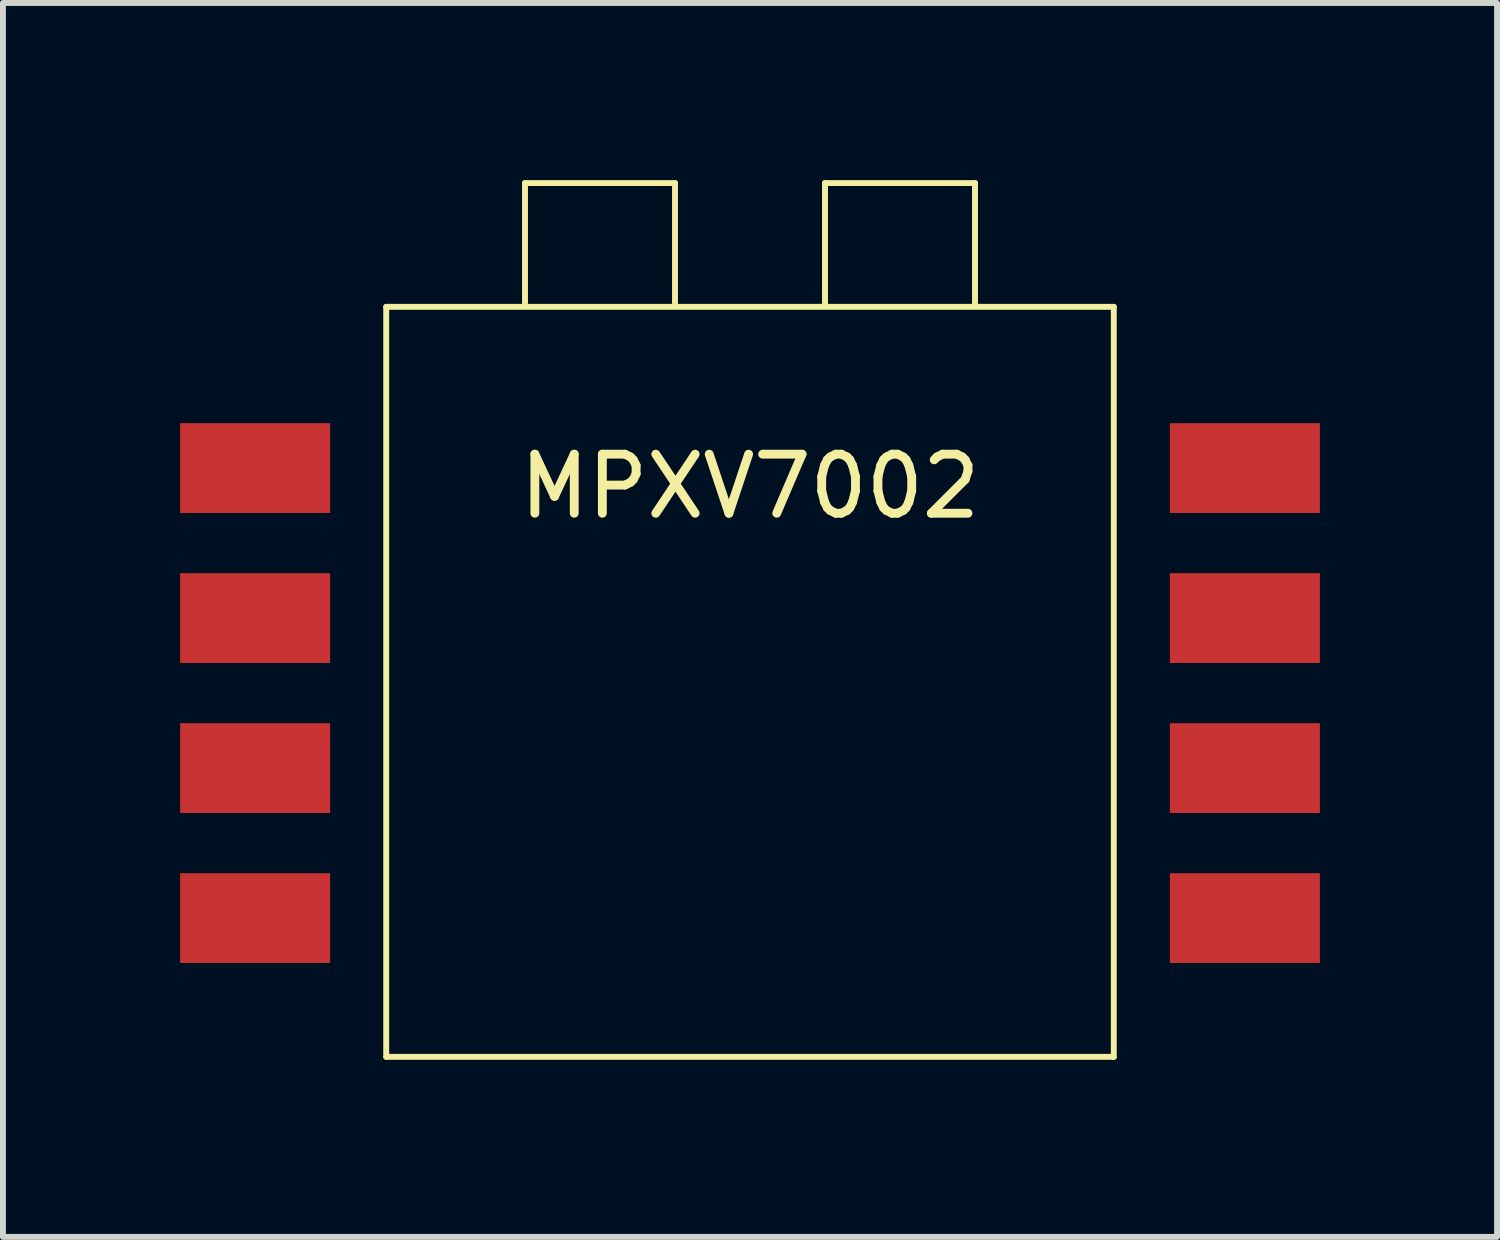
<source format=kicad_pcb>
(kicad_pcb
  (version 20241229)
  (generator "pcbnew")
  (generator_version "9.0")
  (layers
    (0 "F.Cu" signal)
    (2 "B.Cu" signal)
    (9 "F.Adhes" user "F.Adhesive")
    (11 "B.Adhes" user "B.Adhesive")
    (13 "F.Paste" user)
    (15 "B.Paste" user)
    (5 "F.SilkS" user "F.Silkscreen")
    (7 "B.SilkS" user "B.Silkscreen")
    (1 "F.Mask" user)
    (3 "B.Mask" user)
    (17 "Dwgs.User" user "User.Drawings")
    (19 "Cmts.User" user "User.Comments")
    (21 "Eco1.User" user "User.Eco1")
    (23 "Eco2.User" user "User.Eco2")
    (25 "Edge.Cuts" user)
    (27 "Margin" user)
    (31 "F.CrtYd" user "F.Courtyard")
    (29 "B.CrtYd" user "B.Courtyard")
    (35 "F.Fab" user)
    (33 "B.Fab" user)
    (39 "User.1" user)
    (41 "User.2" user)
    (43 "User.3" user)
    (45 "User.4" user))
  (footprint "MPXV7002"
    (layer "F.Cu")
    (at 9.65 8.686)
    (property "Reference" "MPXV7002" (at 0 -3.5 0) (layer "F.SilkS") (effects (font (size 1 1) (thickness 0.15))))
    (attr smd)
    (fp_line (start -6.16 -6.54) (end -6.16 6.16) (stroke (width 0.1) (type solid)) (layer "F.SilkS"))
    (fp_line (start -6.16 -6.54) (end 6.16 -6.54) (stroke (width 0.1) (type solid)) (layer "F.SilkS"))
    (fp_line (start -6.16 6.16) (end 6.16 6.16) (stroke (width 0.1) (type solid)) (layer "F.SilkS"))
    (fp_line (start -3.81 -8.636) (end -1.27 -8.636) (stroke (width 0.1) (type solid)) (layer "F.SilkS"))
    (fp_line (start -3.81 -6.604) (end -3.81 -8.636) (stroke (width 0.1) (type solid)) (layer "F.SilkS"))
    (fp_line (start -1.27 -8.636) (end -1.27 -6.604) (stroke (width 0.1) (type solid)) (layer "F.SilkS"))
    (fp_line (start 1.27 -8.636) (end 3.81 -8.636) (stroke (width 0.1) (type solid)) (layer "F.SilkS"))
    (fp_line (start 1.27 -6.604) (end 1.27 -8.636) (stroke (width 0.1) (type solid)) (layer "F.SilkS"))
    (fp_line (start 3.81 -8.636) (end 3.81 -6.604) (stroke (width 0.1) (type solid)) (layer "F.SilkS"))
    (fp_line (start 6.16 6.16) (end 6.16 -6.54) (stroke (width 0.1) (type solid)) (layer "F.SilkS"))
    (pad "1" smd rect (at -8.38 -3.81) (size 2.54 1.52) (layers "F.Cu" "F.Mask" "F.Paste"))
    (pad "2" smd rect (at -8.38 -1.27) (size 2.54 1.52) (layers "F.Cu" "F.Mask" "F.Paste"))
    (pad "3" smd rect (at -8.38 1.27) (size 2.54 1.52) (layers "F.Cu" "F.Mask" "F.Paste"))
    (pad "4" smd rect (at -8.38 3.81) (size 2.54 1.52) (layers "F.Cu" "F.Mask" "F.Paste"))
    (pad "5" smd rect (at 8.38 3.81) (size 2.54 1.52) (layers "F.Cu" "F.Mask" "F.Paste"))
    (pad "6" smd rect (at 8.38 1.27) (size 2.54 1.52) (layers "F.Cu" "F.Mask" "F.Paste"))
    (pad "7" smd rect (at 8.38 -1.27) (size 2.54 1.52) (layers "F.Cu" "F.Mask" "F.Paste"))
    (pad "8" smd rect (at 8.38 -3.81) (size 2.54 1.52) (layers "F.Cu" "F.Mask" "F.Paste")))
  (gr_rect
    (start -3 -3)
    (end 22.3 17.895)
    (stroke (width 0.1) (type default))
    (fill no)
    (layer "Edge.Cuts")))
</source>
